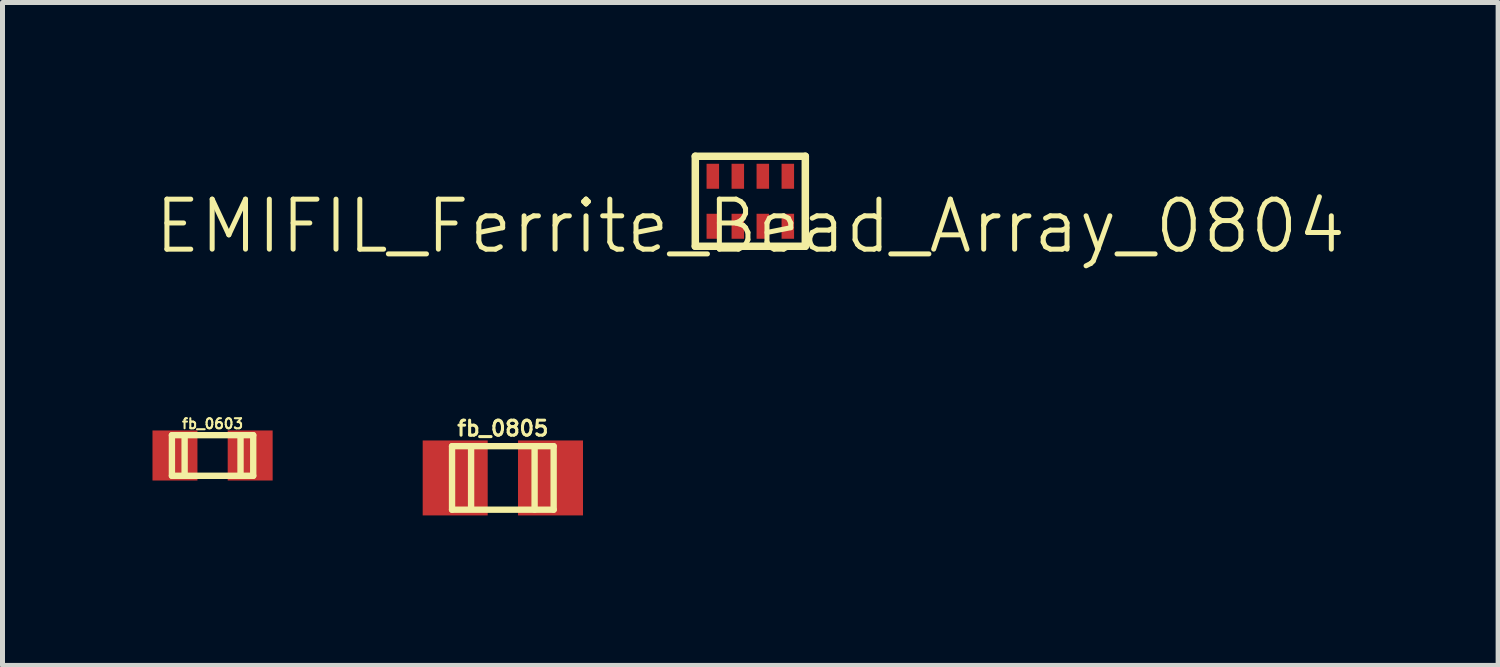
<source format=kicad_pcb>
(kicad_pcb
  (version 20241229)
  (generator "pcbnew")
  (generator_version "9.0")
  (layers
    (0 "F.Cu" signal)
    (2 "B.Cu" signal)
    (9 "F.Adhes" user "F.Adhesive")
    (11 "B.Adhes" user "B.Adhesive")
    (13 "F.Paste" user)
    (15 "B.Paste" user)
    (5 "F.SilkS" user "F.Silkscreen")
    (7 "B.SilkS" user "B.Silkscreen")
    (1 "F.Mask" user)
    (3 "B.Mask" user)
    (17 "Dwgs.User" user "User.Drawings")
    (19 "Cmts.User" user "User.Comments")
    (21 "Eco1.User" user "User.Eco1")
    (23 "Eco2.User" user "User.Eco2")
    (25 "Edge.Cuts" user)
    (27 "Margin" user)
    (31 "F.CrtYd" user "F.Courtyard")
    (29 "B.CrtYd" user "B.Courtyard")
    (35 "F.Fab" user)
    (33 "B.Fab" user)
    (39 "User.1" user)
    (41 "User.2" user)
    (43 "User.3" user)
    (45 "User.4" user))
  (footprint "fb_0603"
    (layer "F.Cu")
    (at 1.201 6.059)
    (property "Reference" "fb_0603" (at 0 -0.635 0) (layer "F.SilkS") (effects (font (size 0.201 0.201) (thickness 0.041))))
    (attr through_hole)
    (fp_line (start -0.813 -0.406) (end 0.813 -0.406) (stroke (width 0.127) (type solid)) (layer "F.SilkS"))
    (fp_line (start -0.813 0.406) (end -0.813 -0.406) (stroke (width 0.127) (type solid)) (layer "F.SilkS"))
    (fp_line (start -0.559 -0.381) (end -0.559 0.406) (stroke (width 0.127) (type solid)) (layer "F.SilkS"))
    (fp_line (start 0.559 0.406) (end 0.559 -0.406) (stroke (width 0.127) (type solid)) (layer "F.SilkS"))
    (fp_line (start 0.813 -0.406) (end 0.813 0.406) (stroke (width 0.127) (type solid)) (layer "F.SilkS"))
    (fp_line (start 0.813 0.406) (end -0.813 0.406) (stroke (width 0.127) (type solid)) (layer "F.SilkS"))
    (pad "1" smd rect (at 0.752 0) (size 0.899 1.001) (layers "F.Cu" "F.Mask" "F.Paste"))
    (pad "2" smd rect (at -0.752 0) (size 0.899 1.001) (layers "F.Cu" "F.Mask" "F.Paste")))
  (footprint "EMIFIL_Ferrite_Bead_Array_0804"
    (layer "F.Cu")
    (at 11.955 0.975)
    (property "Reference" "EMIFIL_Ferrite_Bead_Array_0804" (at 0 0.5 0) (layer "F.SilkS") (effects (font (size 1 1) (thickness 0.1))))
    (attr through_hole)
    (fp_line (start -1.1 -0.9) (end 1.1 -0.9) (stroke (width 0.15) (type solid)) (layer "F.SilkS"))
    (fp_line (start -1.1 0.9) (end -1.1 -0.9) (stroke (width 0.15) (type solid)) (layer "F.SilkS"))
    (fp_line (start 1.1 -0.9) (end 1.1 0.9) (stroke (width 0.15) (type solid)) (layer "F.SilkS"))
    (fp_line (start 1.1 0.9) (end -1.1 0.9) (stroke (width 0.15) (type solid)) (layer "F.SilkS"))
    (pad "1" smd rect (at -0.75 -0.5) (size 0.25 0.5) (layers "F.Cu" "F.Mask" "F.Paste"))
    (pad "2" smd rect (at -0.25 -0.5) (size 0.25 0.5) (layers "F.Cu" "F.Mask" "F.Paste"))
    (pad "3" smd rect (at 0.25 -0.5) (size 0.25 0.5) (layers "F.Cu" "F.Mask" "F.Paste"))
    (pad "4" smd rect (at 0.75 -0.5) (size 0.25 0.5) (layers "F.Cu" "F.Mask" "F.Paste"))
    (pad "5" smd rect (at -0.75 0.5) (size 0.25 0.5) (layers "F.Cu" "F.Mask" "F.Paste"))
    (pad "6" smd rect (at -0.25 0.5) (size 0.25 0.5) (layers "F.Cu" "F.Mask" "F.Paste"))
    (pad "7" smd rect (at 0.25 0.5) (size 0.25 0.5) (layers "F.Cu" "F.Mask" "F.Paste"))
    (pad "8" smd rect (at 0.75 0.5) (size 0.25 0.5) (layers "F.Cu" "F.Mask" "F.Paste")))
  (footprint "fb_0805"
    (layer "F.Cu")
    (at 7.006 6.508)
    (property "Reference" "fb_0805" (at 0 -0.991 0) (layer "F.SilkS") (effects (font (size 0.3 0.3) (thickness 0.061))))
    (attr through_hole)
    (fp_line (start -1.016 -0.635) (end 1.016 -0.635) (stroke (width 0.127) (type solid)) (layer "F.SilkS"))
    (fp_line (start -1.016 0.635) (end -1.016 -0.635) (stroke (width 0.127) (type solid)) (layer "F.SilkS"))
    (fp_line (start -0.635 -0.635) (end -0.635 0.61) (stroke (width 0.127) (type solid)) (layer "F.SilkS"))
    (fp_line (start 0.635 -0.635) (end 0.635 0.635) (stroke (width 0.127) (type solid)) (layer "F.SilkS"))
    (fp_line (start 1.016 -0.635) (end 1.016 0.635) (stroke (width 0.127) (type solid)) (layer "F.SilkS"))
    (fp_line (start 1.016 0.635) (end -1.016 0.635) (stroke (width 0.127) (type solid)) (layer "F.SilkS"))
    (pad "1" smd rect (at 0.953 0) (size 1.3 1.499) (layers "F.Cu" "F.Mask" "F.Paste"))
    (pad "2" smd rect (at -0.953 0) (size 1.3 1.499) (layers "F.Cu" "F.Mask" "F.Paste")))
  (gr_rect
    (start -3 -3)
    (end 26.91 10.258)
    (stroke (width 0.1) (type default))
    (fill no)
    (layer "Edge.Cuts")))
</source>
